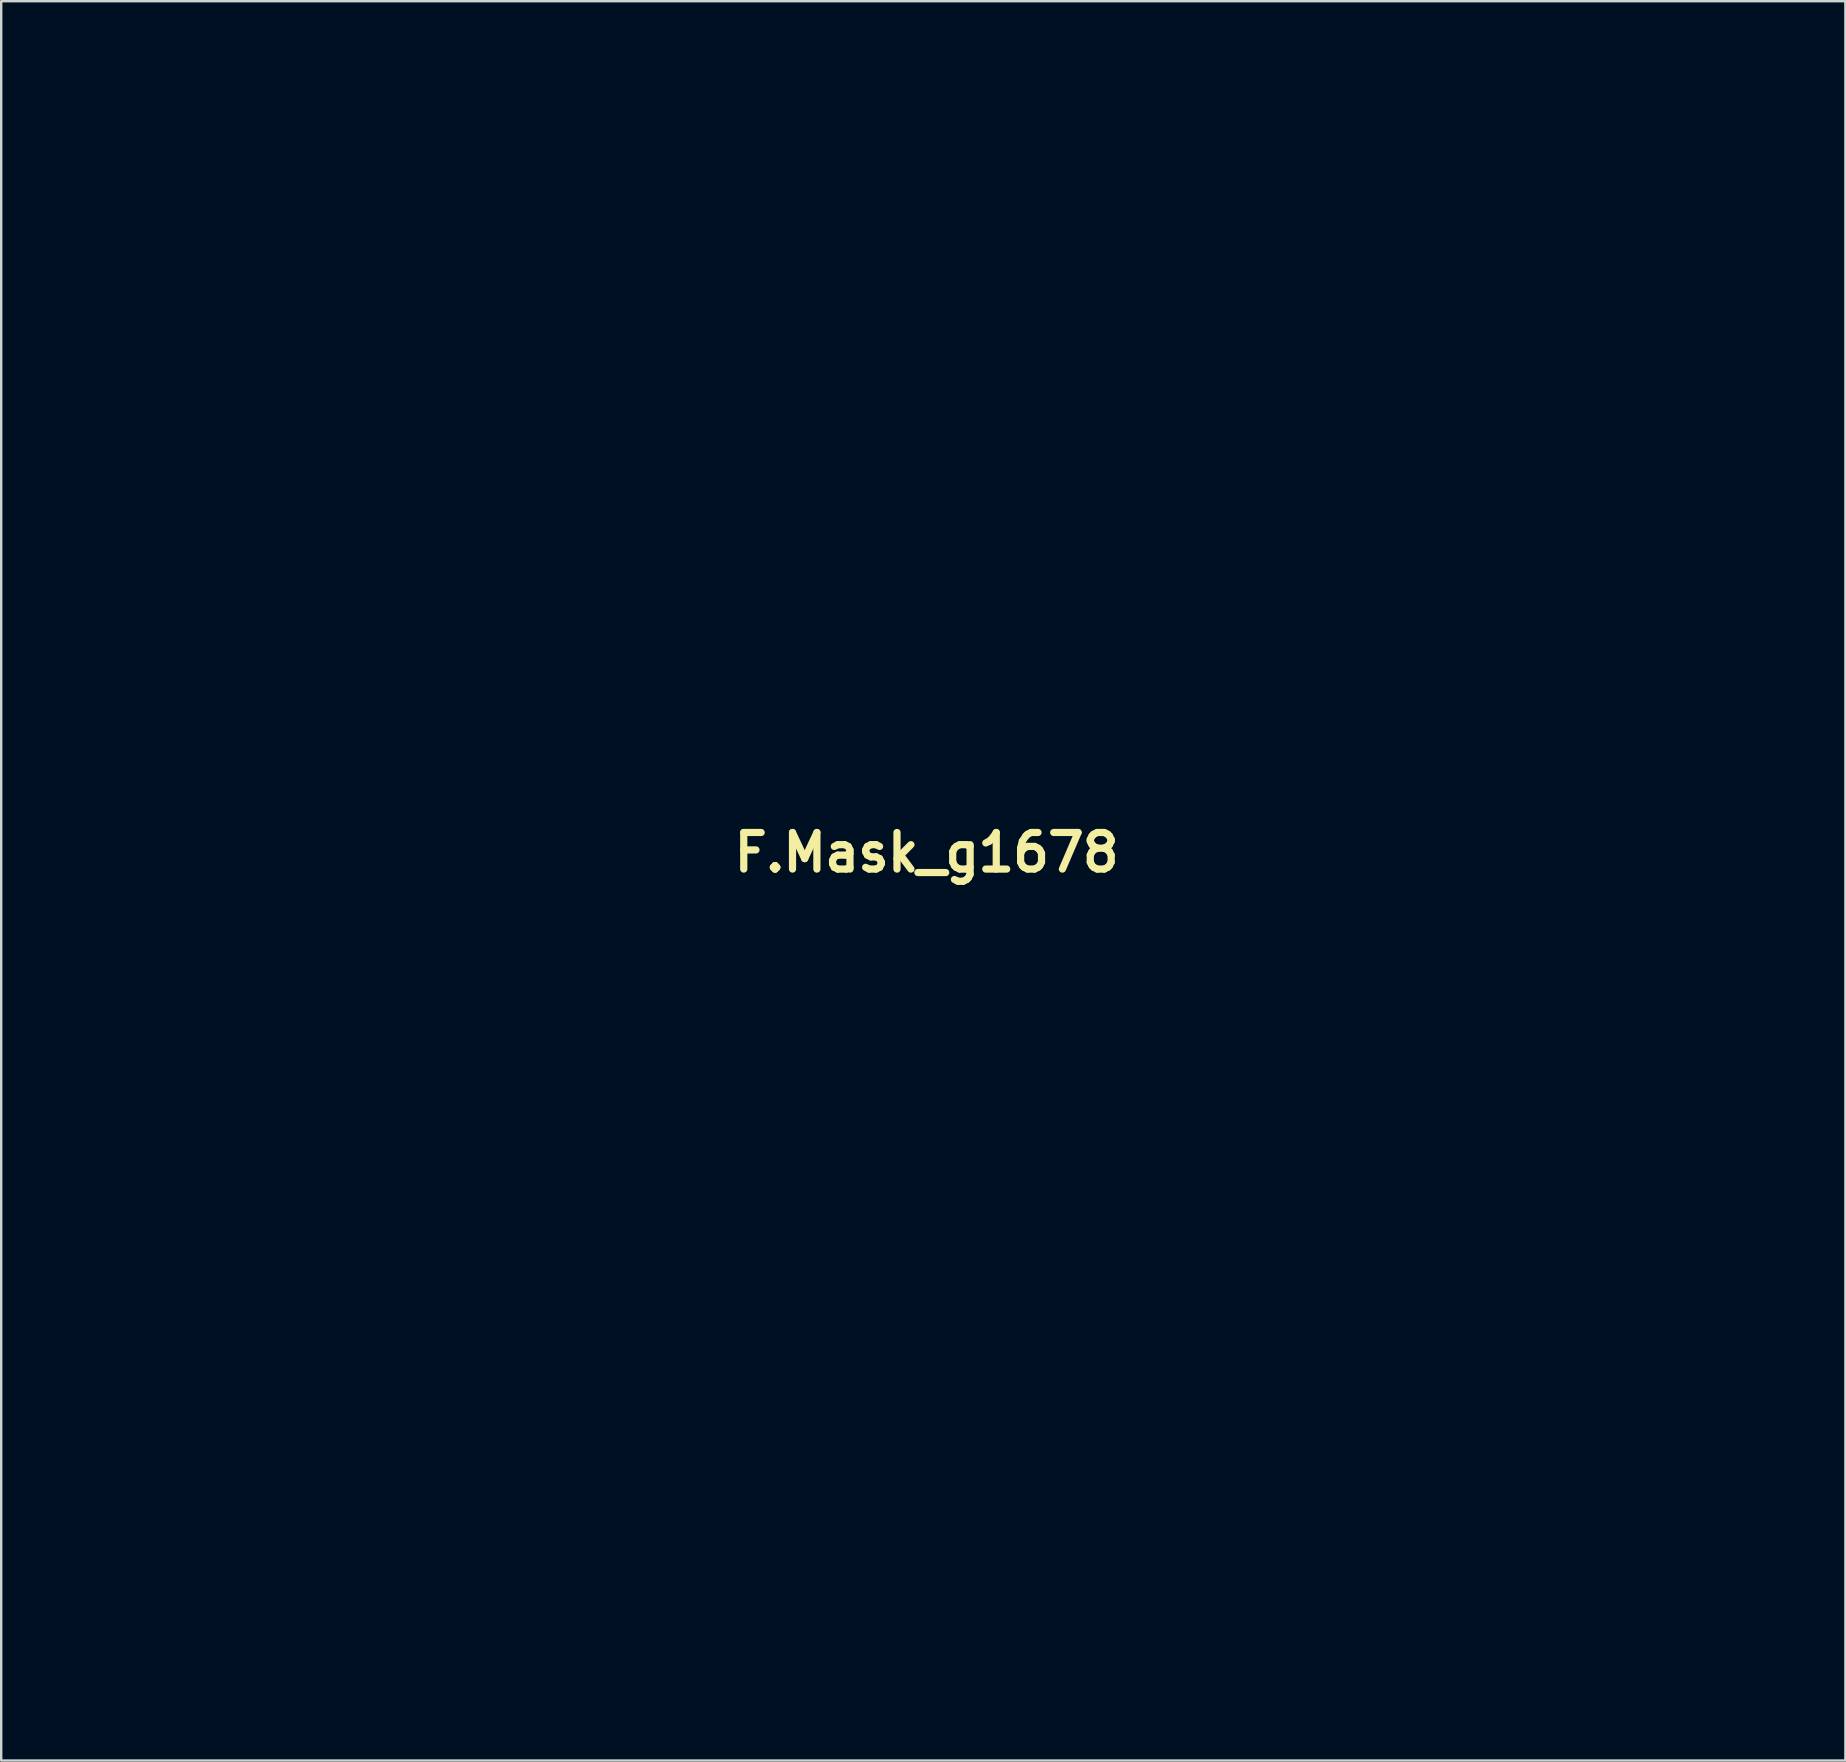
<source format=kicad_pcb>
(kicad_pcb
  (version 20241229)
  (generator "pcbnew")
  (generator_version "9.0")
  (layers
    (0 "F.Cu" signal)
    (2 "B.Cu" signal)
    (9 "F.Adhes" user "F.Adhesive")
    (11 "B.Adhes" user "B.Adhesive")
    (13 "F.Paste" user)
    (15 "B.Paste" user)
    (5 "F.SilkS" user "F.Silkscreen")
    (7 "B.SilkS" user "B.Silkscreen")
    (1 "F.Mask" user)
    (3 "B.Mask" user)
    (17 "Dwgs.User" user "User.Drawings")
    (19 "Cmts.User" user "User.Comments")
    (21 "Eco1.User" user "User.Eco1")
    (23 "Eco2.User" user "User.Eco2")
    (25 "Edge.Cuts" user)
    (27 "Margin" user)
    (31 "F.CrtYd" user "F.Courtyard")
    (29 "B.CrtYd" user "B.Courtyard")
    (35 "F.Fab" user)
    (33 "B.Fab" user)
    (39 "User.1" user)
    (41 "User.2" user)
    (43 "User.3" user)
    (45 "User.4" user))
  (footprint "F.Mask_g1678"
    (layer "F.Cu")
    (at 35.568 32.481)
    (property "Reference" "F.Mask_g1678" (at 0 0 0) (layer "F.SilkS") (effects (font (size 1.524 1.524) (thickness 0.3))))
    (attr through_hole)
    (fp_poly (pts (xy -35.05 -8.516) (xy -35.041 -8.507) (xy -35.012 -8.456) (xy -34.985 -8.367) (xy -34.96 -8.243) (xy -34.939 -8.089) (xy -34.922 -7.909) (xy -34.908 -7.706) (xy -34.9 -7.484) (xy -34.896 -7.248) (xy -34.896 -7.197) (xy -34.897 -6.979) (xy -34.902 -6.797) (xy -34.911 -6.645) (xy -34.924 -6.517) (xy -34.943 -6.406) (xy -34.967 -6.307) (xy -34.998 -6.213) (xy -35 -6.207) (xy -35.059 -6.077) (xy -35.138 -5.94) (xy -35.231 -5.806) (xy -35.329 -5.684) (xy -35.425 -5.586) (xy -35.477 -5.545) (xy -35.521 -5.519) (xy -35.548 -5.522) (xy -35.556 -5.53) (xy -35.563 -5.562) (xy -35.553 -5.624) (xy -35.527 -5.715) (xy -35.486 -5.855) (xy -35.449 -6.014) (xy -35.413 -6.195) (xy -35.379 -6.402) (xy -35.347 -6.638) (xy -35.315 -6.906) (xy -35.283 -7.21) (xy -35.253 -7.535) (xy -35.232 -7.748) (xy -35.211 -7.942) (xy -35.189 -8.114) (xy -35.167 -8.26) (xy -35.146 -8.376) (xy -35.126 -8.458) (xy -35.109 -8.503) (xy -35.105 -8.507) (xy -35.076 -8.528) (xy -35.05 -8.516)) (stroke (width 0.01) (type solid)) (fill yes) (layer "F.Mask"))
    (fp_poly (pts (xy 35.254 7.985) (xy 35.281 8.006) (xy 35.288 8.05) (xy 35.273 8.118) (xy 35.236 8.212) (xy 35.176 8.336) (xy 35.093 8.492) (xy 35.031 8.604) (xy 34.724 9.187) (xy 34.458 9.768) (xy 34.231 10.354) (xy 34.042 10.948) (xy 33.889 11.555) (xy 33.771 12.178) (xy 33.718 12.549) (xy 33.687 12.779) (xy 33.658 12.968) (xy 33.629 13.118) (xy 33.6 13.23) (xy 33.571 13.307) (xy 33.541 13.349) (xy 33.51 13.358) (xy 33.477 13.336) (xy 33.454 13.306) (xy 33.427 13.244) (xy 33.401 13.147) (xy 33.378 13.022) (xy 33.357 12.875) (xy 33.34 12.715) (xy 33.328 12.547) (xy 33.321 12.38) (xy 33.32 12.22) (xy 33.324 12.097) (xy 33.348 11.825) (xy 33.39 11.541) (xy 33.446 11.248) (xy 33.518 10.948) (xy 33.601 10.647) (xy 33.696 10.346) (xy 33.801 10.049) (xy 33.915 9.76) (xy 34.035 9.481) (xy 34.161 9.216) (xy 34.29 8.968) (xy 34.423 8.741) (xy 34.556 8.537) (xy 34.69 8.36) (xy 34.821 8.213) (xy 34.949 8.1) (xy 35.073 8.023) (xy 35.137 7.998) (xy 35.205 7.983) (xy 35.254 7.985)) (stroke (width 0.01) (type solid)) (fill yes) (layer "F.Mask"))
    (fp_poly (pts (xy 6.137 33.837) (xy 6.27 33.838) (xy 6.374 33.841) (xy 6.458 33.846) (xy 6.528 33.853) (xy 6.592 33.863) (xy 6.657 33.877) (xy 6.683 33.883) (xy 6.841 33.927) (xy 6.994 33.981) (xy 7.134 34.041) (xy 7.255 34.104) (xy 7.351 34.166) (xy 7.415 34.226) (xy 7.43 34.248) (xy 7.443 34.275) (xy 7.447 34.296) (xy 7.439 34.312) (xy 7.413 34.324) (xy 7.368 34.331) (xy 7.298 34.334) (xy 7.2 34.334) (xy 7.069 34.331) (xy 6.902 34.326) (xy 6.795 34.322) (xy 6.519 34.316) (xy 6.262 34.319) (xy 6.009 34.333) (xy 5.744 34.357) (xy 5.454 34.394) (xy 5.437 34.396) (xy 5.185 34.435) (xy 4.908 34.483) (xy 4.619 34.539) (xy 4.328 34.6) (xy 4.047 34.663) (xy 3.788 34.727) (xy 3.611 34.775) (xy 3.461 34.814) (xy 3.347 34.835) (xy 3.271 34.839) (xy 3.232 34.825) (xy 3.23 34.823) (xy 3.229 34.793) (xy 3.258 34.751) (xy 3.317 34.697) (xy 3.41 34.629) (xy 3.538 34.545) (xy 3.691 34.45) (xy 4.02 34.269) (xy 4.346 34.122) (xy 4.681 34.008) (xy 4.844 33.963) (xy 5.003 33.924) (xy 5.139 33.894) (xy 5.263 33.871) (xy 5.384 33.856) (xy 5.511 33.845) (xy 5.654 33.839) (xy 5.823 33.837) (xy 5.969 33.836) (xy 6.137 33.837)) (stroke (width 0.01) (type solid)) (fill yes) (layer "F.Mask"))
    (fp_poly (pts (xy -18.592 -32.372) (xy -18.577 -32.198) (xy -18.592 -32.033) (xy -18.639 -31.866) (xy -18.703 -31.722) (xy -18.797 -31.552) (xy -18.913 -31.377) (xy -19.053 -31.193) (xy -19.221 -30.995) (xy -19.411 -30.79) (xy -19.686 -30.515) (xy -19.98 -30.246) (xy -20.289 -29.985) (xy -20.609 -29.735) (xy -20.936 -29.498) (xy -21.266 -29.276) (xy -21.595 -29.073) (xy -21.92 -28.89) (xy -22.237 -28.73) (xy -22.541 -28.596) (xy -22.829 -28.49) (xy -23.097 -28.414) (xy -23.191 -28.394) (xy -23.285 -28.38) (xy -23.393 -28.371) (xy -23.505 -28.366) (xy -23.606 -28.367) (xy -23.684 -28.373) (xy -23.71 -28.378) (xy -23.75 -28.407) (xy -23.763 -28.455) (xy -23.758 -28.475) (xy -23.749 -28.49) (xy -23.729 -28.508) (xy -23.694 -28.531) (xy -23.641 -28.563) (xy -23.565 -28.604) (xy -23.463 -28.657) (xy -23.331 -28.725) (xy -23.177 -28.803) (xy -22.966 -28.913) (xy -22.757 -29.028) (xy -22.546 -29.152) (xy -22.328 -29.287) (xy -22.1 -29.436) (xy -21.857 -29.603) (xy -21.594 -29.789) (xy -21.306 -29.999) (xy -21.071 -30.173) (xy -20.683 -30.467) (xy -20.329 -30.744) (xy -20.007 -31.006) (xy -19.713 -31.255) (xy -19.444 -31.495) (xy -19.199 -31.726) (xy -19.101 -31.823) (xy -18.986 -31.938) (xy -18.898 -32.03) (xy -18.83 -32.103) (xy -18.78 -32.164) (xy -18.741 -32.218) (xy -18.709 -32.271) (xy -18.685 -32.319) (xy -18.609 -32.476) (xy -18.592 -32.372)) (stroke (width 0.01) (type solid)) (fill yes) (layer "F.Mask"))
    (fp_poly (pts (xy -18.404 30.304) (xy -18.182 30.317) (xy -17.929 30.349) (xy -17.652 30.399) (xy -17.357 30.466) (xy -17.051 30.546) (xy -16.741 30.639) (xy -16.431 30.743) (xy -16.13 30.856) (xy -15.842 30.976) (xy -15.632 31.073) (xy -15.417 31.183) (xy -15.194 31.308) (xy -14.964 31.446) (xy -14.731 31.594) (xy -14.497 31.75) (xy -14.266 31.913) (xy -14.039 32.079) (xy -13.821 32.246) (xy -13.613 32.412) (xy -13.419 32.576) (xy -13.241 32.734) (xy -13.083 32.884) (xy -12.946 33.024) (xy -12.835 33.152) (xy -12.751 33.265) (xy -12.698 33.362) (xy -12.679 33.439) (xy -12.679 33.442) (xy -12.689 33.476) (xy -12.722 33.483) (xy -12.78 33.464) (xy -12.867 33.419) (xy -12.886 33.408) (xy -12.95 33.367) (xy -13.038 33.307) (xy -13.141 33.235) (xy -13.246 33.159) (xy -13.287 33.129) (xy -13.729 32.814) (xy -14.204 32.503) (xy -14.707 32.198) (xy -15.227 31.905) (xy -15.758 31.627) (xy -16.292 31.369) (xy -16.821 31.136) (xy -17.195 30.985) (xy -17.389 30.911) (xy -17.562 30.85) (xy -17.728 30.796) (xy -17.9 30.746) (xy -18.091 30.695) (xy -18.235 30.658) (xy -18.411 30.613) (xy -18.55 30.573) (xy -18.654 30.538) (xy -18.729 30.506) (xy -18.778 30.474) (xy -18.805 30.441) (xy -18.813 30.414) (xy -18.808 30.373) (xy -18.781 30.343) (xy -18.727 30.322) (xy -18.642 30.309) (xy -18.522 30.304) (xy -18.404 30.304)) (stroke (width 0.01) (type solid)) (fill yes) (layer "F.Mask"))
    (fp_poly (pts (xy -28.693 4.621) (xy -28.679 4.651) (xy -28.668 4.692) (xy -28.654 4.766) (xy -28.639 4.865) (xy -28.623 4.978) (xy -28.615 5.038) (xy -28.586 5.246) (xy -28.556 5.42) (xy -28.522 5.567) (xy -28.482 5.696) (xy -28.435 5.815) (xy -28.406 5.877) (xy -28.297 6.051) (xy -28.154 6.202) (xy -27.98 6.327) (xy -27.777 6.424) (xy -27.606 6.478) (xy -27.495 6.501) (xy -27.375 6.514) (xy -27.239 6.517) (xy -27.079 6.51) (xy -26.887 6.494) (xy -26.827 6.487) (xy -26.718 6.476) (xy -26.624 6.468) (xy -26.552 6.464) (xy -26.512 6.464) (xy -26.507 6.465) (xy -26.48 6.49) (xy -26.488 6.527) (xy -26.525 6.572) (xy -26.587 6.624) (xy -26.668 6.678) (xy -26.764 6.731) (xy -26.869 6.781) (xy -26.979 6.824) (xy -27.089 6.857) (xy -27.143 6.869) (xy -27.221 6.88) (xy -27.325 6.888) (xy -27.446 6.894) (xy -27.572 6.898) (xy -27.693 6.898) (xy -27.799 6.896) (xy -27.879 6.891) (xy -27.908 6.886) (xy -28.056 6.844) (xy -28.205 6.787) (xy -28.344 6.72) (xy -28.464 6.647) (xy -28.554 6.574) (xy -28.568 6.559) (xy -28.666 6.424) (xy -28.752 6.254) (xy -28.825 6.055) (xy -28.881 5.835) (xy -28.92 5.598) (xy -28.939 5.352) (xy -28.941 5.26) (xy -28.937 5.056) (xy -28.922 4.89) (xy -28.896 4.762) (xy -28.858 4.669) (xy -28.829 4.629) (xy -28.776 4.585) (xy -28.73 4.582) (xy -28.693 4.621)) (stroke (width 0.01) (type solid)) (fill yes) (layer "F.Mask"))
    (fp_poly (pts (xy -0.94 20.628) (xy -0.907 20.651) (xy -0.859 20.706) (xy -0.821 20.781) (xy -0.789 20.883) (xy -0.772 20.956) (xy -0.74 21.068) (xy -0.697 21.166) (xy -0.679 21.196) (xy -0.584 21.311) (xy -0.455 21.433) (xy -0.299 21.558) (xy -0.12 21.681) (xy 0.073 21.797) (xy 0.182 21.855) (xy 0.443 21.971) (xy 0.696 22.046) (xy 0.941 22.081) (xy 1.183 22.075) (xy 1.422 22.028) (xy 1.662 21.941) (xy 1.746 21.902) (xy 1.936 21.794) (xy 2.114 21.666) (xy 2.284 21.513) (xy 2.454 21.328) (xy 2.624 21.113) (xy 2.736 20.967) (xy 2.829 20.857) (xy 2.904 20.779) (xy 2.963 20.734) (xy 3.009 20.719) (xy 3.044 20.734) (xy 3.069 20.776) (xy 3.07 20.776) (xy 3.09 20.88) (xy 3.084 21.009) (xy 3.054 21.157) (xy 3.002 21.319) (xy 2.932 21.487) (xy 2.844 21.656) (xy 2.743 21.819) (xy 2.628 21.971) (xy 2.602 22.003) (xy 2.4 22.209) (xy 2.176 22.391) (xy 1.936 22.543) (xy 1.685 22.663) (xy 1.432 22.746) (xy 1.338 22.767) (xy 1.193 22.786) (xy 1.029 22.795) (xy 0.859 22.793) (xy 0.697 22.782) (xy 0.56 22.76) (xy 0.529 22.753) (xy 0.393 22.708) (xy 0.239 22.644) (xy 0.081 22.566) (xy -0.067 22.481) (xy -0.191 22.397) (xy -0.192 22.396) (xy -0.41 22.207) (xy -0.6 21.993) (xy -0.758 21.76) (xy -0.881 21.512) (xy -0.968 21.254) (xy -1.015 20.996) (xy -1.025 20.849) (xy -1.023 20.738) (xy -1.007 20.663) (xy -0.979 20.626) (xy -0.94 20.628)) (stroke (width 0.01) (type solid)) (fill yes) (layer "F.Mask"))
    (fp_poly (pts (xy 20.803 -31.167) (xy 20.843 -31.15) (xy 20.898 -31.12) (xy 20.969 -31.075) (xy 21.057 -31.015) (xy 21.165 -30.939) (xy 21.294 -30.844) (xy 21.446 -30.731) (xy 21.623 -30.596) (xy 21.826 -30.44) (xy 22.058 -30.262) (xy 22.32 -30.059) (xy 22.51 -29.911) (xy 22.921 -29.592) (xy 23.299 -29.299) (xy 23.649 -29.029) (xy 23.971 -28.781) (xy 24.267 -28.554) (xy 24.539 -28.347) (xy 24.789 -28.157) (xy 25.018 -27.985) (xy 25.229 -27.828) (xy 25.424 -27.685) (xy 25.604 -27.554) (xy 25.771 -27.435) (xy 25.927 -27.326) (xy 26.073 -27.225) (xy 26.213 -27.132) (xy 26.346 -27.044) (xy 26.476 -26.961) (xy 26.554 -26.913) (xy 26.697 -26.823) (xy 26.806 -26.751) (xy 26.885 -26.695) (xy 26.936 -26.654) (xy 26.961 -26.624) (xy 26.966 -26.61) (xy 26.948 -26.575) (xy 26.906 -26.551) (xy 26.872 -26.545) (xy 26.827 -26.55) (xy 26.759 -26.56) (xy 26.714 -26.567) (xy 26.578 -26.597) (xy 26.412 -26.648) (xy 26.221 -26.715) (xy 26.012 -26.797) (xy 25.791 -26.891) (xy 25.563 -26.995) (xy 25.335 -27.106) (xy 25.112 -27.221) (xy 24.901 -27.338) (xy 24.491 -27.587) (xy 24.076 -27.861) (xy 23.663 -28.157) (xy 23.255 -28.471) (xy 22.856 -28.798) (xy 22.473 -29.135) (xy 22.109 -29.477) (xy 21.769 -29.821) (xy 21.458 -30.162) (xy 21.181 -30.497) (xy 21.064 -30.649) (xy 20.96 -30.791) (xy 20.874 -30.912) (xy 20.808 -31.01) (xy 20.764 -31.082) (xy 20.744 -31.124) (xy 20.743 -31.13) (xy 20.746 -31.153) (xy 20.756 -31.167) (xy 20.774 -31.172) (xy 20.803 -31.167)) (stroke (width 0.01) (type solid)) (fill yes) (layer "F.Mask"))
    (fp_poly (pts (xy 24.04 -12.59) (xy 24.5 -12.582) (xy 24.686 -12.505) (xy 24.92 -12.39) (xy 25.138 -12.246) (xy 25.341 -12.07) (xy 25.531 -11.861) (xy 25.708 -11.619) (xy 25.873 -11.341) (xy 26.026 -11.026) (xy 26.17 -10.674) (xy 26.305 -10.282) (xy 26.384 -10.019) (xy 26.467 -9.714) (xy 26.541 -9.409) (xy 26.605 -9.11) (xy 26.659 -8.823) (xy 26.701 -8.552) (xy 26.73 -8.302) (xy 26.746 -8.08) (xy 26.748 -7.889) (xy 26.744 -7.811) (xy 26.723 -7.632) (xy 26.69 -7.462) (xy 26.649 -7.314) (xy 26.612 -7.221) (xy 26.542 -7.106) (xy 26.44 -6.983) (xy 26.311 -6.855) (xy 26.164 -6.729) (xy 26.004 -6.61) (xy 25.838 -6.503) (xy 25.675 -6.414) (xy 25.519 -6.347) (xy 25.432 -6.319) (xy 25.314 -6.299) (xy 25.171 -6.289) (xy 25.017 -6.291) (xy 24.868 -6.303) (xy 24.738 -6.325) (xy 24.733 -6.326) (xy 24.444 -6.418) (xy 24.159 -6.545) (xy 23.885 -6.703) (xy 23.631 -6.886) (xy 23.405 -7.091) (xy 23.316 -7.188) (xy 23.173 -7.363) (xy 23.046 -7.544) (xy 22.934 -7.735) (xy 22.834 -7.942) (xy 22.745 -8.169) (xy 22.664 -8.421) (xy 22.59 -8.703) (xy 22.521 -9.02) (xy 22.481 -9.223) (xy 22.413 -9.609) (xy 22.36 -9.96) (xy 22.32 -10.282) (xy 22.295 -10.578) (xy 22.282 -10.853) (xy 22.281 -10.954) (xy 22.281 -11.096) (xy 22.287 -11.212) (xy 22.299 -11.313) (xy 22.322 -11.408) (xy 22.357 -11.508) (xy 22.407 -11.622) (xy 22.475 -11.76) (xy 22.495 -11.8) (xy 22.601 -11.991) (xy 22.71 -12.146) (xy 22.826 -12.272) (xy 22.957 -12.374) (xy 23.107 -12.46) (xy 23.114 -12.463) (xy 23.205 -12.504) (xy 23.292 -12.536) (xy 23.381 -12.56) (xy 23.479 -12.577) (xy 23.593 -12.587) (xy 23.73 -12.592) (xy 23.898 -12.592) (xy 24.04 -12.59)) (stroke (width 0.01) (type solid)) (fill yes) (layer "F.Mask"))
    (fp_poly (pts (xy 14.973 -25.165) (xy 15.118 -25.156) (xy 15.244 -25.14) (xy 15.277 -25.134) (xy 15.545 -25.059) (xy 15.822 -24.944) (xy 16.111 -24.788) (xy 16.41 -24.591) (xy 16.72 -24.354) (xy 17.04 -24.075) (xy 17.371 -23.756) (xy 17.713 -23.396) (xy 17.764 -23.34) (xy 18.017 -23.05) (xy 18.235 -22.78) (xy 18.419 -22.53) (xy 18.569 -22.296) (xy 18.687 -22.078) (xy 18.773 -21.875) (xy 18.828 -21.684) (xy 18.853 -21.504) (xy 18.854 -21.495) (xy 18.848 -21.31) (xy 18.812 -21.115) (xy 18.743 -20.905) (xy 18.642 -20.677) (xy 18.537 -20.482) (xy 18.411 -20.288) (xy 18.27 -20.126) (xy 18.11 -19.995) (xy 17.927 -19.891) (xy 17.716 -19.811) (xy 17.472 -19.752) (xy 17.392 -19.738) (xy 17.257 -19.722) (xy 17.096 -19.712) (xy 16.922 -19.709) (xy 16.749 -19.713) (xy 16.592 -19.722) (xy 16.468 -19.737) (xy 16.127 -19.816) (xy 15.801 -19.935) (xy 15.49 -20.091) (xy 15.2 -20.284) (xy 15.137 -20.333) (xy 14.995 -20.457) (xy 14.834 -20.611) (xy 14.661 -20.792) (xy 14.479 -20.994) (xy 14.291 -21.211) (xy 14.104 -21.439) (xy 13.92 -21.672) (xy 13.743 -21.906) (xy 13.579 -22.135) (xy 13.431 -22.354) (xy 13.304 -22.558) (xy 13.276 -22.606) (xy 13.201 -22.74) (xy 13.145 -22.854) (xy 13.104 -22.959) (xy 13.077 -23.065) (xy 13.06 -23.184) (xy 13.049 -23.327) (xy 13.044 -23.453) (xy 13.041 -23.629) (xy 13.043 -23.772) (xy 13.051 -23.879) (xy 13.058 -23.92) (xy 13.107 -24.079) (xy 13.185 -24.245) (xy 13.284 -24.402) (xy 13.396 -24.538) (xy 13.458 -24.598) (xy 13.537 -24.657) (xy 13.643 -24.728) (xy 13.769 -24.804) (xy 13.907 -24.883) (xy 14.048 -24.958) (xy 14.183 -25.026) (xy 14.304 -25.082) (xy 14.404 -25.121) (xy 14.445 -25.134) (xy 14.545 -25.152) (xy 14.674 -25.163) (xy 14.821 -25.167) (xy 14.973 -25.165)) (stroke (width 0.01) (type solid)) (fill yes) (layer "F.Mask"))
    (fp_poly (pts (xy 30.964 -2.357) (xy 31.04 -2.305) (xy 31.145 -2.225) (xy 31.192 -2.187) (xy 31.342 -2.061) (xy 31.461 -1.946) (xy 31.555 -1.835) (xy 31.632 -1.72) (xy 31.682 -1.626) (xy 31.803 -1.343) (xy 31.884 -1.061) (xy 31.928 -0.77) (xy 31.937 -0.463) (xy 31.937 -0.454) (xy 31.933 -0.341) (xy 31.928 -0.258) (xy 31.92 -0.195) (xy 31.905 -0.141) (xy 31.882 -0.083) (xy 31.849 -0.012) (xy 31.843 0.001) (xy 31.757 0.157) (xy 31.651 0.317) (xy 31.53 0.475) (xy 31.402 0.622) (xy 31.272 0.752) (xy 31.146 0.857) (xy 31.039 0.926) (xy 30.961 0.964) (xy 30.885 0.995) (xy 30.805 1.019) (xy 30.714 1.037) (xy 30.607 1.05) (xy 30.476 1.059) (xy 30.316 1.065) (xy 30.12 1.069) (xy 29.971 1.071) (xy 29.83 1.071) (xy 29.706 1.069) (xy 29.605 1.066) (xy 29.535 1.062) (xy 29.51 1.058) (xy 29.411 1.028) (xy 29.327 0.984) (xy 29.271 0.933) (xy 29.265 0.925) (xy 29.256 0.889) (xy 29.274 0.855) (xy 29.323 0.823) (xy 29.404 0.791) (xy 29.521 0.759) (xy 29.675 0.726) (xy 29.868 0.69) (xy 29.869 0.69) (xy 30.075 0.65) (xy 30.247 0.607) (xy 30.392 0.556) (xy 30.519 0.496) (xy 30.634 0.422) (xy 30.745 0.332) (xy 30.775 0.305) (xy 30.903 0.173) (xy 31.028 0.017) (xy 31.145 -0.151) (xy 31.245 -0.321) (xy 31.322 -0.482) (xy 31.347 -0.547) (xy 31.37 -0.629) (xy 31.384 -0.715) (xy 31.391 -0.82) (xy 31.392 -0.91) (xy 31.389 -1.029) (xy 31.38 -1.139) (xy 31.362 -1.245) (xy 31.334 -1.354) (xy 31.292 -1.472) (xy 31.236 -1.606) (xy 31.163 -1.762) (xy 31.071 -1.946) (xy 31.041 -2.004) (xy 30.969 -2.147) (xy 30.92 -2.255) (xy 30.893 -2.329) (xy 30.891 -2.37) (xy 30.915 -2.379) (xy 30.964 -2.357)) (stroke (width 0.01) (type solid)) (fill yes) (layer "F.Mask"))
    (fp_poly (pts (xy -11.314 -28.018) (xy -11.137 -28.01) (xy -10.993 -27.996) (xy -10.874 -27.976) (xy -10.769 -27.947) (xy -10.67 -27.907) (xy -10.599 -27.872) (xy -10.492 -27.8) (xy -10.374 -27.696) (xy -10.251 -27.567) (xy -10.129 -27.419) (xy -10.014 -27.259) (xy -9.91 -27.093) (xy -9.847 -26.976) (xy -9.765 -26.778) (xy -9.717 -26.578) (xy -9.704 -26.372) (xy -9.725 -26.156) (xy -9.781 -25.926) (xy -9.872 -25.678) (xy -9.935 -25.537) (xy -10.102 -25.233) (xy -10.302 -24.955) (xy -10.534 -24.704) (xy -10.798 -24.481) (xy -10.954 -24.372) (xy -11.078 -24.294) (xy -11.185 -24.233) (xy -11.292 -24.18) (xy -11.415 -24.128) (xy -11.492 -24.098) (xy -11.663 -24.038) (xy -11.862 -23.98) (xy -12.085 -23.924) (xy -12.326 -23.871) (xy -12.581 -23.821) (xy -12.845 -23.776) (xy -13.112 -23.735) (xy -13.378 -23.699) (xy -13.638 -23.669) (xy -13.887 -23.646) (xy -14.12 -23.631) (xy -14.332 -23.623) (xy -14.518 -23.624) (xy -14.673 -23.634) (xy -14.792 -23.655) (xy -14.796 -23.656) (xy -14.869 -23.679) (xy -14.964 -23.716) (xy -15.062 -23.758) (xy -15.092 -23.772) (xy -15.307 -23.883) (xy -15.485 -23.995) (xy -15.63 -24.113) (xy -15.747 -24.239) (xy -15.841 -24.379) (xy -15.879 -24.45) (xy -15.92 -24.537) (xy -15.952 -24.611) (xy -15.975 -24.68) (xy -15.992 -24.751) (xy -16.002 -24.832) (xy -16.008 -24.931) (xy -16.011 -25.054) (xy -16.011 -25.21) (xy -16.011 -25.273) (xy -16.009 -25.453) (xy -16.005 -25.598) (xy -15.997 -25.716) (xy -15.984 -25.814) (xy -15.965 -25.9) (xy -15.937 -25.981) (xy -15.9 -26.065) (xy -15.853 -26.159) (xy -15.843 -26.178) (xy -15.715 -26.39) (xy -15.561 -26.587) (xy -15.38 -26.769) (xy -15.17 -26.939) (xy -14.929 -27.098) (xy -14.655 -27.245) (xy -14.346 -27.383) (xy -14.001 -27.513) (xy -13.617 -27.636) (xy -13.25 -27.737) (xy -12.802 -27.845) (xy -12.386 -27.928) (xy -12.002 -27.984) (xy -11.65 -28.014) (xy -11.331 -28.019) (xy -11.314 -28.018)) (stroke (width 0.01) (type solid)) (fill yes) (layer "F.Mask"))
    (fp_poly (pts (xy 20.808 12.464) (xy 20.861 12.517) (xy 20.922 12.608) (xy 20.993 12.738) (xy 21.031 12.816) (xy 21.156 13.102) (xy 21.249 13.373) (xy 21.311 13.636) (xy 21.345 13.901) (xy 21.352 14.176) (xy 21.35 14.235) (xy 21.334 14.454) (xy 21.301 14.652) (xy 21.246 14.839) (xy 21.168 15.024) (xy 21.061 15.218) (xy 20.964 15.372) (xy 20.767 15.63) (xy 20.543 15.857) (xy 20.295 16.05) (xy 20.024 16.209) (xy 19.733 16.333) (xy 19.423 16.42) (xy 19.099 16.468) (xy 18.997 16.475) (xy 18.903 16.479) (xy 18.819 16.479) (xy 18.757 16.477) (xy 18.743 16.476) (xy 18.527 16.439) (xy 18.324 16.389) (xy 18.129 16.324) (xy 17.937 16.24) (xy 17.742 16.135) (xy 17.539 16.007) (xy 17.323 15.851) (xy 17.087 15.667) (xy 16.999 15.595) (xy 16.885 15.5) (xy 16.802 15.428) (xy 16.746 15.374) (xy 16.713 15.336) (xy 16.701 15.31) (xy 16.705 15.292) (xy 16.707 15.29) (xy 16.718 15.286) (xy 16.742 15.289) (xy 16.783 15.299) (xy 16.843 15.317) (xy 16.928 15.344) (xy 17.04 15.382) (xy 17.184 15.431) (xy 17.363 15.493) (xy 17.42 15.513) (xy 17.629 15.583) (xy 17.811 15.636) (xy 17.978 15.674) (xy 18.14 15.7) (xy 18.308 15.716) (xy 18.385 15.72) (xy 18.697 15.717) (xy 18.991 15.678) (xy 19.272 15.6) (xy 19.544 15.483) (xy 19.811 15.325) (xy 19.845 15.301) (xy 19.964 15.209) (xy 20.093 15.092) (xy 20.221 14.962) (xy 20.336 14.83) (xy 20.423 14.715) (xy 20.556 14.491) (xy 20.667 14.246) (xy 20.751 13.993) (xy 20.805 13.743) (xy 20.821 13.6) (xy 20.824 13.523) (xy 20.823 13.445) (xy 20.818 13.359) (xy 20.806 13.256) (xy 20.788 13.126) (xy 20.765 12.98) (xy 20.74 12.814) (xy 20.722 12.685) (xy 20.713 12.589) (xy 20.712 12.521) (xy 20.719 12.478) (xy 20.735 12.454) (xy 20.758 12.446) (xy 20.763 12.446) (xy 20.808 12.464)) (stroke (width 0.01) (type solid)) (fill yes) (layer "F.Mask"))
    (fp_poly (pts (xy -24.149 -6.704) (xy -23.996 -6.671) (xy -23.829 -6.599) (xy -23.65 -6.49) (xy -23.46 -6.343) (xy -23.261 -6.161) (xy -23.26 -6.16) (xy -23.078 -5.969) (xy -22.926 -5.784) (xy -22.795 -5.594) (xy -22.678 -5.386) (xy -22.647 -5.326) (xy -22.595 -5.218) (xy -22.554 -5.123) (xy -22.521 -5.035) (xy -22.497 -4.945) (xy -22.48 -4.849) (xy -22.469 -4.737) (xy -22.462 -4.605) (xy -22.459 -4.444) (xy -22.458 -4.248) (xy -22.458 -4.231) (xy -22.46 -3.946) (xy -22.466 -3.695) (xy -22.477 -3.471) (xy -22.494 -3.266) (xy -22.516 -3.072) (xy -22.545 -2.881) (xy -22.574 -2.72) (xy -22.612 -2.539) (xy -22.657 -2.345) (xy -22.707 -2.144) (xy -22.759 -1.944) (xy -22.812 -1.753) (xy -22.864 -1.578) (xy -22.913 -1.426) (xy -22.957 -1.304) (xy -22.977 -1.256) (xy -23.043 -1.132) (xy -23.135 -0.996) (xy -23.246 -0.856) (xy -23.368 -0.72) (xy -23.495 -0.594) (xy -23.621 -0.486) (xy -23.738 -0.402) (xy -23.815 -0.361) (xy -23.926 -0.325) (xy -24.069 -0.299) (xy -24.233 -0.284) (xy -24.41 -0.282) (xy -24.564 -0.289) (xy -24.734 -0.31) (xy -24.902 -0.342) (xy -25.05 -0.381) (xy -25.056 -0.383) (xy -25.203 -0.447) (xy -25.361 -0.543) (xy -25.524 -0.665) (xy -25.684 -0.806) (xy -25.837 -0.962) (xy -25.974 -1.124) (xy -26.089 -1.289) (xy -26.157 -1.408) (xy -26.203 -1.516) (xy -26.25 -1.655) (xy -26.295 -1.815) (xy -26.334 -1.986) (xy -26.355 -2.095) (xy -26.387 -2.329) (xy -26.405 -2.596) (xy -26.411 -2.887) (xy -26.406 -3.198) (xy -26.39 -3.52) (xy -26.363 -3.849) (xy -26.327 -4.176) (xy -26.282 -4.496) (xy -26.228 -4.802) (xy -26.167 -5.087) (xy -26.099 -5.345) (xy -26.025 -5.569) (xy -26.006 -5.617) (xy -25.892 -5.856) (xy -25.754 -6.067) (xy -25.596 -6.247) (xy -25.42 -6.394) (xy -25.266 -6.485) (xy -25.122 -6.545) (xy -24.951 -6.599) (xy -24.763 -6.645) (xy -24.572 -6.68) (xy -24.389 -6.701) (xy -24.225 -6.708) (xy -24.149 -6.704)) (stroke (width 0.01) (type solid)) (fill yes) (layer "F.Mask"))
    (fp_poly (pts (xy 0.45 11.042) (xy 0.631 11.048) (xy 0.796 11.058) (xy 0.878 11.066) (xy 1.115 11.096) (xy 1.363 11.134) (xy 1.619 11.178) (xy 1.879 11.229) (xy 2.136 11.283) (xy 2.387 11.341) (xy 2.626 11.401) (xy 2.849 11.461) (xy 3.052 11.522) (xy 3.228 11.581) (xy 3.374 11.637) (xy 3.485 11.69) (xy 3.519 11.71) (xy 3.606 11.775) (xy 3.711 11.864) (xy 3.824 11.971) (xy 3.938 12.085) (xy 4.044 12.2) (xy 4.133 12.306) (xy 4.197 12.393) (xy 4.264 12.507) (xy 4.312 12.616) (xy 4.344 12.731) (xy 4.364 12.865) (xy 4.375 13.028) (xy 4.367 13.319) (xy 4.318 13.601) (xy 4.228 13.875) (xy 4.096 14.142) (xy 4.051 14.216) (xy 3.887 14.448) (xy 3.702 14.648) (xy 3.495 14.819) (xy 3.261 14.963) (xy 3 15.081) (xy 2.707 15.175) (xy 2.394 15.244) (xy 2.315 15.257) (xy 2.237 15.267) (xy 2.152 15.276) (xy 2.055 15.282) (xy 1.94 15.287) (xy 1.799 15.29) (xy 1.626 15.293) (xy 1.492 15.294) (xy 1.205 15.296) (xy 0.957 15.293) (xy 0.747 15.286) (xy 0.571 15.276) (xy 0.519 15.271) (xy 0.063 15.222) (xy -0.352 15.162) (xy -0.726 15.091) (xy -1.059 15.01) (xy -1.352 14.918) (xy -1.605 14.816) (xy -1.818 14.703) (xy -1.99 14.579) (xy -2.123 14.444) (xy -2.141 14.422) (xy -2.23 14.283) (xy -2.314 14.112) (xy -2.39 13.921) (xy -2.455 13.721) (xy -2.505 13.523) (xy -2.535 13.337) (xy -2.544 13.195) (xy -2.539 13.099) (xy -2.525 12.988) (xy -2.505 12.871) (xy -2.481 12.757) (xy -2.454 12.654) (xy -2.427 12.572) (xy -2.401 12.52) (xy -2.392 12.509) (xy -2.375 12.486) (xy -2.345 12.439) (xy -2.324 12.404) (xy -2.239 12.276) (xy -2.125 12.134) (xy -1.99 11.986) (xy -1.842 11.839) (xy -1.688 11.701) (xy -1.537 11.581) (xy -1.465 11.53) (xy -1.227 11.388) (xy -0.964 11.263) (xy -0.691 11.162) (xy -0.421 11.09) (xy -0.359 11.078) (xy -0.243 11.062) (xy -0.094 11.051) (xy 0.078 11.044) (xy 0.262 11.041) (xy 0.45 11.042)) (stroke (width 0.01) (type solid)) (fill yes) (layer "F.Mask"))
    (fp_poly (pts (xy -17.241 13.249) (xy -17.219 13.31) (xy -17.209 13.41) (xy -17.211 13.551) (xy -17.226 13.73) (xy -17.24 13.854) (xy -17.276 14.226) (xy -17.284 14.569) (xy -17.265 14.887) (xy -17.216 15.185) (xy -17.137 15.468) (xy -17.028 15.74) (xy -16.886 16.005) (xy -16.711 16.269) (xy -16.705 16.277) (xy -16.625 16.377) (xy -16.521 16.494) (xy -16.399 16.621) (xy -16.269 16.75) (xy -16.139 16.871) (xy -16.018 16.977) (xy -15.913 17.059) (xy -15.904 17.066) (xy -15.599 17.26) (xy -15.289 17.412) (xy -14.972 17.522) (xy -14.647 17.592) (xy -14.312 17.621) (xy -13.985 17.611) (xy -13.655 17.566) (xy -13.33 17.486) (xy -13.007 17.369) (xy -12.68 17.215) (xy -12.531 17.132) (xy -12.356 17.033) (xy -12.215 16.952) (xy -12.103 16.889) (xy -12.016 16.842) (xy -11.952 16.808) (xy -11.905 16.785) (xy -11.873 16.772) (xy -11.852 16.767) (xy -11.839 16.768) (xy -11.806 16.793) (xy -11.795 16.848) (xy -11.806 16.926) (xy -11.838 17.021) (xy -11.841 17.026) (xy -11.919 17.166) (xy -12.031 17.317) (xy -12.173 17.474) (xy -12.34 17.635) (xy -12.525 17.795) (xy -12.725 17.95) (xy -12.934 18.097) (xy -13.147 18.231) (xy -13.359 18.348) (xy -13.565 18.445) (xy -13.759 18.517) (xy -13.813 18.533) (xy -13.884 18.547) (xy -13.989 18.558) (xy -14.122 18.567) (xy -14.274 18.573) (xy -14.437 18.577) (xy -14.605 18.579) (xy -14.768 18.578) (xy -14.921 18.574) (xy -15.054 18.568) (xy -15.16 18.559) (xy -15.208 18.551) (xy -15.519 18.482) (xy -15.806 18.392) (xy -16.074 18.278) (xy -16.331 18.138) (xy -16.582 17.967) (xy -16.832 17.762) (xy -17.089 17.52) (xy -17.103 17.506) (xy -17.351 17.233) (xy -17.559 16.951) (xy -17.726 16.66) (xy -17.853 16.358) (xy -17.939 16.045) (xy -17.986 15.72) (xy -17.994 15.38) (xy -17.962 15.027) (xy -17.892 14.657) (xy -17.835 14.443) (xy -17.783 14.272) (xy -17.723 14.1) (xy -17.66 13.931) (xy -17.594 13.77) (xy -17.528 13.621) (xy -17.464 13.489) (xy -17.404 13.38) (xy -17.351 13.297) (xy -17.306 13.245) (xy -17.275 13.229) (xy -17.241 13.249)) (stroke (width 0.01) (type solid)) (fill yes) (layer "F.Mask"))
    (fp_poly (pts (xy -29.778 14.399) (xy -29.613 14.417) (xy -29.459 14.451) (xy -29.312 14.501) (xy -29.171 14.57) (xy -29.033 14.66) (xy -28.896 14.774) (xy -28.756 14.913) (xy -28.611 15.08) (xy -28.459 15.277) (xy -28.297 15.505) (xy -28.123 15.767) (xy -27.934 16.065) (xy -27.907 16.108) (xy -27.463 16.806) (xy -27.005 17.487) (xy -26.529 18.156) (xy -26.034 18.817) (xy -25.515 19.473) (xy -24.969 20.129) (xy -24.393 20.79) (xy -23.784 21.458) (xy -23.26 22.013) (xy -22.881 22.403) (xy -22.517 22.767) (xy -22.158 23.114) (xy -21.794 23.454) (xy -21.416 23.795) (xy -21.014 24.146) (xy -20.915 24.231) (xy -20.77 24.357) (xy -20.624 24.483) (xy -20.485 24.606) (xy -20.356 24.721) (xy -20.245 24.821) (xy -20.157 24.902) (xy -20.114 24.942) (xy -19.828 25.241) (xy -19.574 25.557) (xy -19.354 25.886) (xy -19.169 26.224) (xy -19.022 26.568) (xy -18.915 26.915) (xy -18.912 26.929) (xy -18.873 27.111) (xy -18.84 27.306) (xy -18.815 27.499) (xy -18.8 27.676) (xy -18.796 27.793) (xy -18.797 27.877) (xy -18.801 27.927) (xy -18.811 27.952) (xy -18.828 27.961) (xy -18.838 27.961) (xy -18.882 27.944) (xy -18.899 27.924) (xy -18.911 27.893) (xy -18.934 27.828) (xy -18.964 27.737) (xy -19 27.627) (xy -19.039 27.506) (xy -19.182 27.085) (xy -19.332 26.701) (xy -19.491 26.348) (xy -19.664 26.021) (xy -19.851 25.714) (xy -20.056 25.423) (xy -20.057 25.422) (xy -20.17 25.279) (xy -20.276 25.162) (xy -20.385 25.062) (xy -20.509 24.967) (xy -20.595 24.909) (xy -20.732 24.813) (xy -20.895 24.688) (xy -21.081 24.538) (xy -21.288 24.363) (xy -21.514 24.168) (xy -21.755 23.954) (xy -22.009 23.724) (xy -22.273 23.481) (xy -22.544 23.226) (xy -22.821 22.963) (xy -23.1 22.694) (xy -23.378 22.421) (xy -23.654 22.148) (xy -23.923 21.875) (xy -24.185 21.607) (xy -24.436 21.345) (xy -24.673 21.091) (xy -24.884 20.86) (xy -25.368 20.308) (xy -25.83 19.752) (xy -26.273 19.184) (xy -26.702 18.599) (xy -27.121 17.992) (xy -27.535 17.357) (xy -27.946 16.688) (xy -28.151 16.341) (xy -28.309 16.073) (xy -28.45 15.839) (xy -28.574 15.638) (xy -28.685 15.465) (xy -28.783 15.319) (xy -28.872 15.197) (xy -28.952 15.095) (xy -29.026 15.011) (xy -29.076 14.961) (xy -29.157 14.898) (xy -29.279 14.829) (xy -29.44 14.753) (xy -29.642 14.671) (xy -29.876 14.585) (xy -30.015 14.534) (xy -30.116 14.494) (xy -30.182 14.463) (xy -30.216 14.439) (xy -30.222 14.429) (xy -30.221 14.414) (xy -30.207 14.404) (xy -30.174 14.398) (xy -30.115 14.395) (xy -30.024 14.393) (xy -29.956 14.393) (xy -29.778 14.399)) (stroke (width 0.01) (type solid)) (fill yes) (layer "F.Mask"))
    (fp_poly (pts (xy 30.21 15.488) (xy 30.216 15.531) (xy 30.193 15.597) (xy 30.172 15.637) (xy 30.097 15.759) (xy 29.997 15.911) (xy 29.874 16.091) (xy 29.73 16.297) (xy 29.566 16.526) (xy 29.384 16.775) (xy 29.187 17.043) (xy 28.976 17.326) (xy 28.754 17.623) (xy 28.521 17.931) (xy 28.279 18.247) (xy 28.032 18.57) (xy 27.779 18.896) (xy 27.525 19.224) (xy 27.269 19.55) (xy 27.014 19.874) (xy 26.763 20.191) (xy 26.516 20.5) (xy 26.275 20.798) (xy 26.043 21.083) (xy 25.822 21.352) (xy 25.613 21.604) (xy 25.418 21.835) (xy 25.239 22.043) (xy 25.127 22.171) (xy 24.913 22.407) (xy 24.68 22.652) (xy 24.437 22.899) (xy 24.189 23.141) (xy 23.945 23.371) (xy 23.712 23.582) (xy 23.506 23.759) (xy 23.378 23.863) (xy 23.22 23.989) (xy 23.038 24.133) (xy 22.835 24.291) (xy 22.616 24.461) (xy 22.385 24.638) (xy 22.148 24.819) (xy 21.909 25) (xy 21.671 25.179) (xy 21.441 25.351) (xy 21.222 25.513) (xy 21.019 25.662) (xy 20.836 25.795) (xy 20.796 25.823) (xy 20.468 26.055) (xy 20.125 26.289) (xy 19.773 26.524) (xy 19.416 26.757) (xy 19.06 26.983) (xy 18.71 27.201) (xy 18.37 27.406) (xy 18.045 27.596) (xy 17.741 27.768) (xy 17.463 27.918) (xy 17.317 27.994) (xy 17.172 28.065) (xy 17.06 28.117) (xy 16.977 28.149) (xy 16.919 28.165) (xy 16.881 28.164) (xy 16.86 28.149) (xy 16.856 28.141) (xy 16.858 28.087) (xy 16.898 28.021) (xy 16.974 27.944) (xy 17.084 27.858) (xy 17.227 27.763) (xy 17.399 27.664) (xy 17.586 27.558) (xy 17.805 27.426) (xy 18.053 27.271) (xy 18.328 27.093) (xy 18.628 26.894) (xy 18.952 26.674) (xy 19.298 26.436) (xy 19.663 26.18) (xy 20.046 25.908) (xy 20.446 25.62) (xy 20.585 25.52) (xy 20.994 25.22) (xy 21.372 24.938) (xy 21.723 24.671) (xy 22.051 24.415) (xy 22.361 24.165) (xy 22.658 23.918) (xy 22.946 23.671) (xy 23.23 23.418) (xy 23.514 23.157) (xy 23.802 22.884) (xy 24.1 22.594) (xy 24.395 22.301) (xy 24.663 22.031) (xy 24.918 21.769) (xy 25.165 21.512) (xy 25.404 21.256) (xy 25.639 21) (xy 25.873 20.739) (xy 26.109 20.47) (xy 26.348 20.191) (xy 26.593 19.898) (xy 26.848 19.588) (xy 27.115 19.259) (xy 27.396 18.906) (xy 27.695 18.528) (xy 28.013 18.12) (xy 28.268 17.791) (xy 28.539 17.441) (xy 28.785 17.125) (xy 29.008 16.84) (xy 29.208 16.585) (xy 29.387 16.36) (xy 29.545 16.164) (xy 29.683 15.994) (xy 29.802 15.85) (xy 29.904 15.732) (xy 29.988 15.637) (xy 30.056 15.565) (xy 30.11 15.514) (xy 30.149 15.484) (xy 30.175 15.473) (xy 30.176 15.473) (xy 30.21 15.488)) (stroke (width 0.01) (type solid)) (fill yes) (layer "F.Mask"))
    (fp_poly (pts (xy 34.105 -7.009) (xy 34.117 -6.981) (xy 34.134 -6.918) (xy 34.157 -6.824) (xy 34.183 -6.706) (xy 34.212 -6.57) (xy 34.242 -6.421) (xy 34.273 -6.266) (xy 34.302 -6.109) (xy 34.329 -5.958) (xy 34.33 -5.948) (xy 34.405 -5.466) (xy 34.471 -4.944) (xy 34.529 -4.38) (xy 34.579 -3.776) (xy 34.612 -3.291) (xy 34.618 -3.165) (xy 34.623 -3.001) (xy 34.628 -2.805) (xy 34.631 -2.582) (xy 34.634 -2.337) (xy 34.636 -2.074) (xy 34.638 -1.799) (xy 34.638 -1.516) (xy 34.638 -1.232) (xy 34.637 -0.95) (xy 34.635 -0.676) (xy 34.633 -0.414) (xy 34.63 -0.17) (xy 34.626 0.05) (xy 34.621 0.243) (xy 34.615 0.404) (xy 34.611 0.487) (xy 34.589 0.862) (xy 34.566 1.209) (xy 34.542 1.534) (xy 34.514 1.845) (xy 34.483 2.15) (xy 34.448 2.456) (xy 34.408 2.772) (xy 34.361 3.103) (xy 34.308 3.458) (xy 34.248 3.845) (xy 34.226 3.979) (xy 34.189 4.21) (xy 34.159 4.405) (xy 34.134 4.572) (xy 34.115 4.718) (xy 34.1 4.849) (xy 34.088 4.972) (xy 34.079 5.094) (xy 34.073 5.222) (xy 34.068 5.362) (xy 34.065 5.461) (xy 34.061 5.627) (xy 34.059 5.759) (xy 34.061 5.862) (xy 34.065 5.945) (xy 34.072 6.015) (xy 34.082 6.079) (xy 34.086 6.1) (xy 34.108 6.206) (xy 34.118 6.276) (xy 34.118 6.319) (xy 34.105 6.341) (xy 34.081 6.349) (xy 34.062 6.35) (xy 34.006 6.335) (xy 33.941 6.298) (xy 33.926 6.287) (xy 33.861 6.222) (xy 33.813 6.145) (xy 33.777 6.047) (xy 33.752 5.921) (xy 33.737 5.8) (xy 33.731 5.731) (xy 33.726 5.661) (xy 33.724 5.588) (xy 33.724 5.509) (xy 33.726 5.42) (xy 33.731 5.32) (xy 33.739 5.206) (xy 33.75 5.073) (xy 33.764 4.921) (xy 33.782 4.746) (xy 33.804 4.545) (xy 33.831 4.315) (xy 33.861 4.054) (xy 33.897 3.758) (xy 33.937 3.426) (xy 33.972 3.143) (xy 34.025 2.697) (xy 34.073 2.288) (xy 34.115 1.912) (xy 34.152 1.563) (xy 34.184 1.238) (xy 34.211 0.932) (xy 34.233 0.64) (xy 34.252 0.357) (xy 34.267 0.079) (xy 34.278 -0.199) (xy 34.286 -0.482) (xy 34.292 -0.773) (xy 34.295 -1.078) (xy 34.296 -1.402) (xy 34.296 -1.429) (xy 34.295 -1.747) (xy 34.292 -2.05) (xy 34.286 -2.344) (xy 34.278 -2.634) (xy 34.268 -2.927) (xy 34.254 -3.227) (xy 34.236 -3.541) (xy 34.215 -3.875) (xy 34.19 -4.234) (xy 34.161 -4.625) (xy 34.131 -5.006) (xy 34.11 -5.279) (xy 34.091 -5.515) (xy 34.076 -5.718) (xy 34.064 -5.894) (xy 34.054 -6.046) (xy 34.046 -6.181) (xy 34.04 -6.302) (xy 34.036 -6.414) (xy 34.033 -6.523) (xy 34.031 -6.632) (xy 34.031 -6.642) (xy 34.029 -6.774) (xy 34.03 -6.87) (xy 34.034 -6.936) (xy 34.04 -6.977) (xy 34.049 -6.999) (xy 34.057 -7.006) (xy 34.092 -7.015) (xy 34.105 -7.009)) (stroke (width 0.01) (type solid)) (fill yes) (layer "F.Mask"))
    (fp_poly (pts (xy -33.315 -3.218) (xy -33.237 -3.162) (xy -33.162 -3.074) (xy -33.096 -2.961) (xy -33.044 -2.828) (xy -33.042 -2.822) (xy -33.02 -2.748) (xy -33.002 -2.674) (xy -32.988 -2.596) (xy -32.976 -2.508) (xy -32.967 -2.406) (xy -32.961 -2.287) (xy -32.956 -2.145) (xy -32.954 -1.976) (xy -32.953 -1.775) (xy -32.953 -1.538) (xy -32.954 -1.429) (xy -32.954 -1.058) (xy -32.951 -0.722) (xy -32.944 -0.414) (xy -32.933 -0.126) (xy -32.917 0.148) (xy -32.896 0.416) (xy -32.869 0.686) (xy -32.836 0.964) (xy -32.797 1.257) (xy -32.785 1.344) (xy -32.723 1.747) (xy -32.651 2.158) (xy -32.57 2.581) (xy -32.476 3.018) (xy -32.371 3.474) (xy -32.253 3.952) (xy -32.122 4.455) (xy -31.976 4.986) (xy -31.815 5.549) (xy -31.637 6.148) (xy -31.635 6.156) (xy -31.546 6.452) (xy -31.469 6.711) (xy -31.403 6.938) (xy -31.346 7.135) (xy -31.297 7.307) (xy -31.256 7.457) (xy -31.222 7.59) (xy -31.193 7.708) (xy -31.169 7.816) (xy -31.149 7.917) (xy -31.131 8.015) (xy -31.124 8.05) (xy -31.102 8.23) (xy -31.096 8.412) (xy -31.104 8.583) (xy -31.127 8.734) (xy -31.157 8.836) (xy -31.198 8.922) (xy -31.262 9.034) (xy -31.345 9.166) (xy -31.442 9.311) (xy -31.55 9.463) (xy -31.663 9.617) (xy -31.778 9.765) (xy -31.889 9.902) (xy -31.993 10.022) (xy -32.021 10.052) (xy -32.096 10.127) (xy -32.148 10.169) (xy -32.18 10.178) (xy -32.194 10.156) (xy -32.194 10.143) (xy -32.183 10.113) (xy -32.151 10.056) (xy -32.103 9.976) (xy -32.042 9.882) (xy -31.986 9.799) (xy -31.856 9.606) (xy -31.75 9.44) (xy -31.665 9.294) (xy -31.596 9.162) (xy -31.541 9.039) (xy -31.496 8.918) (xy -31.495 8.917) (xy -31.463 8.814) (xy -31.441 8.726) (xy -31.428 8.637) (xy -31.419 8.53) (xy -31.416 8.456) (xy -31.413 8.364) (xy -31.413 8.278) (xy -31.416 8.194) (xy -31.423 8.109) (xy -31.435 8.019) (xy -31.453 7.921) (xy -31.477 7.811) (xy -31.508 7.687) (xy -31.548 7.544) (xy -31.597 7.379) (xy -31.656 7.188) (xy -31.726 6.969) (xy -31.807 6.717) (xy -31.901 6.43) (xy -31.928 6.349) (xy -32.074 5.9) (xy -32.207 5.486) (xy -32.327 5.104) (xy -32.435 4.751) (xy -32.532 4.421) (xy -32.62 4.111) (xy -32.699 3.818) (xy -32.77 3.537) (xy -32.834 3.264) (xy -32.893 2.996) (xy -32.946 2.728) (xy -32.996 2.457) (xy -33.043 2.179) (xy -33.089 1.89) (xy -33.126 1.638) (xy -33.146 1.49) (xy -33.163 1.344) (xy -33.179 1.196) (xy -33.191 1.043) (xy -33.202 0.88) (xy -33.211 0.704) (xy -33.218 0.509) (xy -33.223 0.293) (xy -33.227 0.05) (xy -33.23 -0.222) (xy -33.231 -0.529) (xy -33.232 -0.868) (xy -33.233 -1.216) (xy -33.234 -1.523) (xy -33.236 -1.794) (xy -33.24 -2.029) (xy -33.244 -2.232) (xy -33.249 -2.404) (xy -33.256 -2.549) (xy -33.264 -2.669) (xy -33.274 -2.766) (xy -33.285 -2.843) (xy -33.298 -2.902) (xy -33.313 -2.945) (xy -33.317 -2.954) (xy -33.347 -3.008) (xy -33.372 -3.042) (xy -33.382 -3.048) (xy -33.405 -3.064) (xy -33.436 -3.105) (xy -33.443 -3.116) (xy -33.467 -3.177) (xy -33.456 -3.219) (xy -33.41 -3.238) (xy -33.393 -3.238) (xy -33.315 -3.218)) (stroke (width 0.01) (type solid)) (fill yes) (layer "F.Mask"))
    (fp_poly (pts (xy 27.403 12.101) (xy 27.448 12.133) (xy 27.493 12.191) (xy 27.552 12.281) (xy 27.622 12.398) (xy 27.698 12.533) (xy 27.778 12.681) (xy 27.858 12.836) (xy 27.935 12.991) (xy 28.006 13.14) (xy 28.066 13.276) (xy 28.113 13.393) (xy 28.115 13.399) (xy 28.182 13.593) (xy 28.227 13.767) (xy 28.254 13.933) (xy 28.265 14.106) (xy 28.266 14.182) (xy 28.249 14.448) (xy 28.201 14.732) (xy 28.126 15.03) (xy 28.027 15.335) (xy 27.906 15.641) (xy 27.765 15.941) (xy 27.609 16.231) (xy 27.44 16.504) (xy 27.26 16.755) (xy 27.072 16.976) (xy 26.88 17.163) (xy 26.828 17.207) (xy 26.708 17.296) (xy 26.579 17.375) (xy 26.437 17.448) (xy 26.275 17.516) (xy 26.088 17.581) (xy 25.869 17.647) (xy 25.622 17.713) (xy 25.508 17.741) (xy 25.379 17.772) (xy 25.24 17.804) (xy 25.1 17.835) (xy 24.966 17.864) (xy 24.844 17.889) (xy 24.741 17.909) (xy 24.666 17.923) (xy 24.624 17.928) (xy 24.622 17.928) (xy 24.602 17.91) (xy 24.596 17.88) (xy 24.61 17.844) (xy 24.654 17.785) (xy 24.728 17.702) (xy 24.819 17.61) (xy 24.937 17.49) (xy 25.027 17.389) (xy 25.094 17.301) (xy 25.143 17.219) (xy 25.179 17.136) (xy 25.2 17.072) (xy 25.223 16.946) (xy 25.228 16.807) (xy 25.215 16.668) (xy 25.186 16.547) (xy 25.183 16.539) (xy 25.931 16.539) (xy 25.933 16.621) (xy 25.937 16.724) (xy 25.942 16.794) (xy 25.951 16.839) (xy 25.965 16.868) (xy 25.985 16.889) (xy 25.99 16.893) (xy 26.037 16.923) (xy 26.081 16.928) (xy 26.132 16.909) (xy 26.197 16.86) (xy 26.262 16.801) (xy 26.406 16.647) (xy 26.558 16.459) (xy 26.713 16.242) (xy 26.866 16.003) (xy 27.015 15.749) (xy 27.155 15.485) (xy 27.282 15.217) (xy 27.388 14.967) (xy 27.461 14.773) (xy 27.515 14.607) (xy 27.554 14.459) (xy 27.579 14.321) (xy 27.592 14.183) (xy 27.594 14.15) (xy 27.596 14.026) (xy 27.589 13.937) (xy 27.57 13.876) (xy 27.537 13.837) (xy 27.492 13.814) (xy 27.423 13.811) (xy 27.338 13.844) (xy 27.24 13.908) (xy 27.131 14.002) (xy 27.014 14.122) (xy 26.891 14.266) (xy 26.765 14.429) (xy 26.638 14.61) (xy 26.512 14.805) (xy 26.391 15.011) (xy 26.277 15.226) (xy 26.226 15.329) (xy 26.124 15.555) (xy 26.045 15.758) (xy 25.989 15.948) (xy 25.953 16.135) (xy 25.934 16.329) (xy 25.931 16.539) (xy 25.183 16.539) (xy 25.168 16.5) (xy 25.134 16.443) (xy 25.09 16.396) (xy 25.024 16.348) (xy 24.975 16.319) (xy 24.903 16.273) (xy 24.845 16.23) (xy 24.811 16.198) (xy 24.808 16.193) (xy 24.787 16.127) (xy 24.799 16.074) (xy 24.834 16.046) (xy 24.913 16.002) (xy 25.005 15.928) (xy 25.102 15.834) (xy 25.196 15.727) (xy 25.28 15.615) (xy 25.347 15.506) (xy 25.369 15.462) (xy 25.429 15.299) (xy 25.453 15.154) (xy 25.442 15.02) (xy 25.394 14.892) (xy 25.346 14.813) (xy 25.308 14.754) (xy 25.281 14.709) (xy 25.273 14.69) (xy 25.285 14.665) (xy 25.326 14.639) (xy 25.4 14.611) (xy 25.485 14.584) (xy 25.66 14.517) (xy 25.812 14.423) (xy 25.946 14.297) (xy 26.068 14.136) (xy 26.106 14.075) (xy 26.159 13.982) (xy 26.2 13.898) (xy 26.231 13.814) (xy 26.253 13.723) (xy 26.268 13.617) (xy 26.278 13.487) (xy 26.285 13.326) (xy 26.287 13.257) (xy 26.294 13.083) (xy 26.301 12.951) (xy 26.31 12.86) (xy 26.32 12.812) (xy 26.324 12.804) (xy 26.337 12.795) (xy 26.354 12.794) (xy 26.38 12.805) (xy 26.422 12.831) (xy 26.483 12.875) (xy 26.57 12.94) (xy 26.621 12.978) (xy 26.735 13.055) (xy 26.834 13.101) (xy 26.928 13.12) (xy 27.002 13.118) (xy 27.108 13.085) (xy 27.205 13.016) (xy 27.286 12.914) (xy 27.301 12.889) (xy 27.323 12.846) (xy 27.336 12.807) (xy 27.343 12.761) (xy 27.344 12.699) (xy 27.34 12.61) (xy 27.337 12.552) (xy 27.328 12.402) (xy 27.322 12.29) (xy 27.319 12.209) (xy 27.32 12.154) (xy 27.324 12.12) (xy 27.332 12.102) (xy 27.344 12.094) (xy 27.359 12.091) (xy 27.403 12.101)) (stroke (width 0.01) (type solid)) (fill yes) (layer "F.Mask"))
    (fp_poly (pts (xy -25.396 13.775) (xy -25.363 13.814) (xy -25.329 13.891) (xy -25.294 14.008) (xy -25.281 14.056) (xy -25.254 14.157) (xy -25.225 14.252) (xy -25.199 14.327) (xy -25.185 14.357) (xy -25.108 14.47) (xy -24.998 14.576) (xy -24.864 14.667) (xy -24.817 14.692) (xy -24.744 14.726) (xy -24.684 14.747) (xy -24.624 14.759) (xy -24.548 14.763) (xy -24.469 14.764) (xy -24.342 14.759) (xy -24.245 14.74) (xy -24.169 14.702) (xy -24.103 14.64) (xy -24.036 14.547) (xy -24.026 14.532) (xy -23.953 14.427) (xy -23.889 14.362) (xy -23.83 14.333) (xy -23.774 14.339) (xy -23.739 14.358) (xy -23.723 14.375) (xy -23.712 14.401) (xy -23.704 14.445) (xy -23.7 14.513) (xy -23.698 14.614) (xy -23.698 14.66) (xy -23.696 14.933) (xy -23.613 15.088) (xy -23.547 15.196) (xy -23.468 15.301) (xy -23.383 15.395) (xy -23.299 15.47) (xy -23.224 15.52) (xy -23.193 15.532) (xy -23.13 15.543) (xy -23.063 15.538) (xy -22.985 15.514) (xy -22.885 15.47) (xy -22.804 15.429) (xy -22.685 15.374) (xy -22.591 15.349) (xy -22.517 15.353) (xy -22.459 15.387) (xy -22.456 15.39) (xy -22.424 15.439) (xy -22.424 15.499) (xy -22.424 15.5) (xy -22.431 15.531) (xy -22.441 15.563) (xy -22.457 15.601) (xy -22.483 15.653) (xy -22.523 15.729) (xy -22.573 15.822) (xy -22.613 15.9) (xy -22.636 15.957) (xy -22.646 16.011) (xy -22.646 16.079) (xy -22.643 16.129) (xy -22.623 16.274) (xy -22.577 16.405) (xy -22.501 16.532) (xy -22.39 16.663) (xy -22.363 16.692) (xy -22.257 16.789) (xy -22.147 16.869) (xy -22.025 16.934) (xy -21.881 16.99) (xy -21.708 17.04) (xy -21.624 17.061) (xy -21.516 17.087) (xy -21.422 17.113) (xy -21.349 17.136) (xy -21.306 17.152) (xy -21.301 17.155) (xy -21.281 17.177) (xy -21.283 17.202) (xy -21.31 17.234) (xy -21.367 17.276) (xy -21.456 17.332) (xy -21.504 17.361) (xy -21.655 17.453) (xy -21.771 17.532) (xy -21.856 17.605) (xy -21.913 17.675) (xy -21.947 17.75) (xy -21.961 17.834) (xy -21.959 17.933) (xy -21.949 18.017) (xy -21.922 18.143) (xy -21.881 18.248) (xy -21.83 18.323) (xy -21.8 18.348) (xy -21.762 18.362) (xy -21.694 18.379) (xy -21.606 18.397) (xy -21.553 18.406) (xy -21.354 18.438) (xy -21.192 18.464) (xy -21.065 18.486) (xy -20.967 18.504) (xy -20.896 18.519) (xy -20.846 18.532) (xy -20.814 18.545) (xy -20.796 18.558) (xy -20.788 18.573) (xy -20.786 18.589) (xy -20.786 18.597) (xy -20.807 18.63) (xy -20.869 18.664) (xy -20.973 18.699) (xy -21.116 18.735) (xy -21.298 18.771) (xy -21.519 18.807) (xy -21.777 18.844) (xy -22.073 18.881) (xy -22.086 18.883) (xy -22.242 18.899) (xy -22.414 18.912) (xy -22.593 18.923) (xy -22.771 18.93) (xy -22.941 18.935) (xy -23.095 18.936) (xy -23.226 18.933) (xy -23.324 18.926) (xy -23.352 18.923) (xy -23.551 18.874) (xy -23.763 18.791) (xy -23.985 18.678) (xy -24.211 18.539) (xy -24.437 18.377) (xy -24.659 18.197) (xy -24.871 18.001) (xy -25.068 17.796) (xy -25.247 17.583) (xy -25.402 17.367) (xy -25.53 17.151) (xy -25.559 17.092) (xy -25.656 16.871) (xy -25.736 16.652) (xy -25.793 16.447) (xy -25.812 16.354) (xy -25.833 16.194) (xy -25.849 16.007) (xy -25.858 15.807) (xy -25.86 15.609) (xy -25.86 15.606) (xy -25.326 15.606) (xy -25.316 15.733) (xy -25.315 15.742) (xy -25.268 15.99) (xy -25.188 16.249) (xy -25.081 16.509) (xy -24.948 16.761) (xy -24.862 16.9) (xy -24.741 17.065) (xy -24.597 17.238) (xy -24.434 17.413) (xy -24.258 17.587) (xy -24.073 17.755) (xy -23.885 17.913) (xy -23.699 18.057) (xy -23.519 18.182) (xy -23.352 18.283) (xy -23.201 18.357) (xy -23.125 18.386) (xy -23.008 18.402) (xy -22.886 18.378) (xy -22.871 18.372) (xy -22.801 18.328) (xy -22.733 18.255) (xy -22.696 18.197) (xy -22.671 18.123) (xy -22.659 18.018) (xy -22.657 17.894) (xy -22.667 17.762) (xy -22.688 17.631) (xy -22.718 17.515) (xy -22.81 17.291) (xy -22.937 17.056) (xy -23.096 16.814) (xy -23.284 16.572) (xy -23.497 16.333) (xy -23.732 16.102) (xy -23.834 16.01) (xy -24.043 15.835) (xy -24.232 15.692) (xy -24.405 15.579) (xy -24.567 15.494) (xy -24.72 15.436) (xy -24.87 15.402) (xy -25.021 15.389) (xy -25.04 15.389) (xy -25.156 15.394) (xy -25.238 15.413) (xy -25.291 15.451) (xy -25.319 15.514) (xy -25.326 15.606) (xy -25.86 15.606) (xy -25.854 15.426) (xy -25.846 15.325) (xy -25.828 15.18) (xy -25.802 15.02) (xy -25.77 14.851) (xy -25.733 14.678) (xy -25.692 14.505) (xy -25.649 14.339) (xy -25.605 14.184) (xy -25.562 14.047) (xy -25.52 13.931) (xy -25.483 13.843) (xy -25.45 13.788) (xy -25.431 13.771) (xy -25.396 13.775)) (stroke (width 0.01) (type solid)) (fill yes) (layer "F.Mask"))
    (fp_poly (pts (xy 15.821 19.645) (xy 15.822 19.646) (xy 15.822 19.67) (xy 15.816 19.729) (xy 15.805 19.819) (xy 15.79 19.934) (xy 15.77 20.069) (xy 15.749 20.21) (xy 15.727 20.359) (xy 15.707 20.495) (xy 15.692 20.613) (xy 15.681 20.706) (xy 15.676 20.768) (xy 15.676 20.794) (xy 15.706 20.825) (xy 15.769 20.862) (xy 15.859 20.904) (xy 15.969 20.948) (xy 16.091 20.991) (xy 16.217 21.031) (xy 16.342 21.066) (xy 16.456 21.092) (xy 16.554 21.108) (xy 16.602 21.111) (xy 16.747 21.114) (xy 16.877 20.976) (xy 16.925 20.92) (xy 16.991 20.836) (xy 17.07 20.729) (xy 17.159 20.606) (xy 17.252 20.474) (xy 17.33 20.359) (xy 17.417 20.232) (xy 17.497 20.116) (xy 17.567 20.015) (xy 17.624 19.934) (xy 17.664 19.879) (xy 17.684 19.855) (xy 17.684 19.855) (xy 17.715 19.842) (xy 17.73 19.869) (xy 17.729 19.933) (xy 17.712 20.034) (xy 17.696 20.106) (xy 17.67 20.21) (xy 17.635 20.348) (xy 17.593 20.513) (xy 17.545 20.699) (xy 17.493 20.898) (xy 17.439 21.104) (xy 17.384 21.31) (xy 17.331 21.51) (xy 17.281 21.695) (xy 17.236 21.861) (xy 17.198 21.999) (xy 17.174 22.087) (xy 17.101 22.329) (xy 17.032 22.534) (xy 16.964 22.709) (xy 16.893 22.86) (xy 16.816 22.991) (xy 16.732 23.11) (xy 16.636 23.221) (xy 16.585 23.274) (xy 16.472 23.381) (xy 16.332 23.505) (xy 16.174 23.638) (xy 16.006 23.774) (xy 15.837 23.905) (xy 15.675 24.025) (xy 15.53 24.127) (xy 15.528 24.129) (xy 15.211 24.33) (xy 14.879 24.521) (xy 14.536 24.699) (xy 14.186 24.864) (xy 13.834 25.013) (xy 13.485 25.145) (xy 13.143 25.257) (xy 12.813 25.349) (xy 12.5 25.418) (xy 12.208 25.463) (xy 11.942 25.482) (xy 11.878 25.483) (xy 11.773 25.48) (xy 11.678 25.475) (xy 11.605 25.467) (xy 11.568 25.459) (xy 11.522 25.443) (xy 11.447 25.416) (xy 11.356 25.383) (xy 11.282 25.357) (xy 11.182 25.322) (xy 11.087 25.293) (xy 11.01 25.272) (xy 10.973 25.264) (xy 10.925 25.253) (xy 10.846 25.227) (xy 10.745 25.192) (xy 10.631 25.149) (xy 10.549 25.116) (xy 10.372 25.046) (xy 10.205 24.982) (xy 10.039 24.922) (xy 9.866 24.862) (xy 9.679 24.801) (xy 9.468 24.735) (xy 9.226 24.661) (xy 9.179 24.647) (xy 9.034 24.603) (xy 8.902 24.562) (xy 8.788 24.526) (xy 8.697 24.497) (xy 8.636 24.476) (xy 8.611 24.467) (xy 8.581 24.435) (xy 8.577 24.409) (xy 8.589 24.393) (xy 8.62 24.379) (xy 8.674 24.368) (xy 8.754 24.36) (xy 8.863 24.353) (xy 9.005 24.349) (xy 9.183 24.346) (xy 9.356 24.344) (xy 9.577 24.341) (xy 9.761 24.336) (xy 9.909 24.327) (xy 10.028 24.315) (xy 10.119 24.299) (xy 10.187 24.278) (xy 10.237 24.252) (xy 10.237 24.252) (xy 10.307 24.193) (xy 10.395 24.098) (xy 10.499 23.971) (xy 10.617 23.813) (xy 10.747 23.627) (xy 10.761 23.607) (xy 10.873 23.44) (xy 10.96 23.302) (xy 11.024 23.19) (xy 11.066 23.1) (xy 11.088 23.028) (xy 11.091 22.969) (xy 11.077 22.922) (xy 11.046 22.88) (xy 11.035 22.87) (xy 10.996 22.839) (xy 10.928 22.795) (xy 10.842 22.741) (xy 10.746 22.684) (xy 10.734 22.677) (xy 10.6 22.6) (xy 10.499 22.539) (xy 10.428 22.49) (xy 10.383 22.452) (xy 10.358 22.421) (xy 10.351 22.394) (xy 10.351 22.393) (xy 10.357 22.37) (xy 10.38 22.354) (xy 10.422 22.348) (xy 10.488 22.351) (xy 10.583 22.364) (xy 10.709 22.386) (xy 10.871 22.418) (xy 10.922 22.428) (xy 11.098 22.462) (xy 11.242 22.485) (xy 11.361 22.496) (xy 11.464 22.496) (xy 11.558 22.486) (xy 11.647 22.467) (xy 11.773 22.424) (xy 11.918 22.359) (xy 12.073 22.277) (xy 12.23 22.183) (xy 12.381 22.081) (xy 12.517 21.979) (xy 12.63 21.881) (xy 12.712 21.791) (xy 12.712 21.791) (xy 12.768 21.717) (xy 12.711 21.564) (xy 12.686 21.489) (xy 12.657 21.391) (xy 12.626 21.281) (xy 12.596 21.167) (xy 12.569 21.059) (xy 12.547 20.965) (xy 12.534 20.896) (xy 12.531 20.866) (xy 12.538 20.835) (xy 12.561 20.829) (xy 12.603 20.848) (xy 12.666 20.893) (xy 12.751 20.967) (xy 12.862 21.07) (xy 12.907 21.113) (xy 13.002 21.203) (xy 13.091 21.284) (xy 13.167 21.351) (xy 13.225 21.398) (xy 13.258 21.42) (xy 13.259 21.42) (xy 13.353 21.438) (xy 13.48 21.435) (xy 13.639 21.412) (xy 13.827 21.369) (xy 14.041 21.306) (xy 14.279 21.225) (xy 14.294 21.219) (xy 14.448 21.16) (xy 14.582 21.101) (xy 14.699 21.039) (xy 14.806 20.969) (xy 14.905 20.888) (xy 15.001 20.791) (xy 15.098 20.675) (xy 15.201 20.534) (xy 15.314 20.366) (xy 15.441 20.166) (xy 15.49 20.086) (xy 15.582 19.939) (xy 15.654 19.826) (xy 15.711 19.743) (xy 15.753 19.686) (xy 15.784 19.653) (xy 15.806 19.641) (xy 15.821 19.645)) (stroke (width 0.01) (type solid)) (fill yes) (layer "F.Mask"))
    (fp_poly (pts (xy -8.751 23.123) (xy -8.718 23.154) (xy -8.705 23.169) (xy -8.669 23.213) (xy -8.616 23.282) (xy -8.556 23.366) (xy -8.509 23.432) (xy -8.392 23.585) (xy -8.273 23.704) (xy -8.146 23.796) (xy -8.033 23.855) (xy -7.894 23.909) (xy -7.747 23.949) (xy -7.603 23.975) (xy -7.471 23.983) (xy -7.362 23.974) (xy -7.316 23.962) (xy -7.241 23.918) (xy -7.15 23.836) (xy -7.043 23.717) (xy -6.919 23.559) (xy -6.908 23.545) (xy -6.831 23.441) (xy -6.773 23.367) (xy -6.733 23.32) (xy -6.704 23.295) (xy -6.685 23.287) (xy -6.669 23.294) (xy -6.666 23.297) (xy -6.659 23.324) (xy -6.649 23.385) (xy -6.64 23.472) (xy -6.63 23.579) (xy -6.627 23.633) (xy -6.618 23.757) (xy -6.609 23.849) (xy -6.599 23.918) (xy -6.585 23.974) (xy -6.565 24.027) (xy -6.538 24.087) (xy -6.527 24.109) (xy -6.419 24.282) (xy -6.277 24.433) (xy -6.106 24.56) (xy -5.912 24.659) (xy -5.697 24.726) (xy -5.668 24.732) (xy -5.536 24.755) (xy -5.418 24.765) (xy -5.304 24.76) (xy -5.185 24.741) (xy -5.052 24.705) (xy -4.896 24.651) (xy -4.801 24.615) (xy -4.666 24.566) (xy -4.545 24.528) (xy -4.446 24.503) (xy -4.397 24.495) (xy -4.276 24.484) (xy -4.276 24.545) (xy -4.28 24.572) (xy -4.297 24.604) (xy -4.329 24.646) (xy -4.381 24.703) (xy -4.456 24.78) (xy -4.559 24.88) (xy -4.56 24.881) (xy -4.669 24.988) (xy -4.752 25.071) (xy -4.811 25.135) (xy -4.85 25.186) (xy -4.874 25.227) (xy -4.886 25.265) (xy -4.889 25.304) (xy -4.889 25.315) (xy -4.872 25.401) (xy -4.827 25.498) (xy -4.759 25.596) (xy -4.678 25.683) (xy -4.59 25.749) (xy -4.569 25.761) (xy -4.49 25.786) (xy -4.376 25.8) (xy -4.232 25.804) (xy -4.063 25.797) (xy -3.876 25.779) (xy -3.675 25.751) (xy -3.665 25.749) (xy -3.5 25.723) (xy -3.373 25.705) (xy -3.28 25.695) (xy -3.215 25.693) (xy -3.176 25.699) (xy -3.158 25.714) (xy -3.157 25.736) (xy -3.161 25.749) (xy -3.186 25.776) (xy -3.244 25.821) (xy -3.332 25.881) (xy -3.445 25.954) (xy -3.579 26.039) (xy -3.731 26.132) (xy -3.897 26.231) (xy -4.073 26.335) (xy -4.255 26.44) (xy -4.438 26.545) (xy -4.62 26.647) (xy -4.795 26.744) (xy -4.961 26.833) (xy -5.112 26.913) (xy -5.246 26.981) (xy -5.359 27.035) (xy -5.445 27.073) (xy -5.45 27.075) (xy -5.584 27.124) (xy -5.701 27.162) (xy -5.81 27.188) (xy -5.922 27.205) (xy -6.047 27.214) (xy -6.197 27.217) (xy -6.327 27.217) (xy -6.456 27.216) (xy -6.575 27.214) (xy -6.675 27.211) (xy -6.748 27.208) (xy -6.784 27.206) (xy -7.11 27.155) (xy -7.449 27.087) (xy -7.792 27.006) (xy -8.126 26.913) (xy -8.443 26.812) (xy -8.732 26.705) (xy -8.816 26.671) (xy -9.11 26.538) (xy -9.367 26.407) (xy -9.588 26.273) (xy -9.78 26.133) (xy -9.945 25.984) (xy -10.087 25.823) (xy -10.211 25.646) (xy -10.319 25.451) (xy -10.343 25.403) (xy -10.367 25.347) (xy -10.402 25.256) (xy -10.446 25.136) (xy -10.498 24.994) (xy -10.508 24.965) (xy -9.751 24.965) (xy -9.747 25.047) (xy -9.713 25.145) (xy -9.655 25.25) (xy -9.579 25.351) (xy -9.513 25.419) (xy -9.322 25.574) (xy -9.094 25.726) (xy -8.833 25.872) (xy -8.544 26.012) (xy -8.233 26.141) (xy -7.905 26.259) (xy -7.563 26.363) (xy -7.214 26.451) (xy -7.033 26.49) (xy -6.848 26.52) (xy -6.65 26.539) (xy -6.449 26.549) (xy -6.256 26.548) (xy -6.082 26.536) (xy -5.936 26.513) (xy -5.916 26.509) (xy -5.778 26.468) (xy -5.649 26.414) (xy -5.534 26.352) (xy -5.44 26.286) (xy -5.372 26.22) (xy -5.337 26.157) (xy -5.334 26.133) (xy -5.351 26.07) (xy -5.401 25.989) (xy -5.48 25.891) (xy -5.585 25.782) (xy -5.711 25.664) (xy -5.856 25.54) (xy -6.015 25.415) (xy -6.187 25.291) (xy -6.272 25.232) (xy -6.479 25.107) (xy -6.718 24.984) (xy -6.981 24.868) (xy -7.259 24.761) (xy -7.542 24.667) (xy -7.821 24.59) (xy -7.952 24.56) (xy -8.049 24.541) (xy -8.132 24.526) (xy -8.213 24.515) (xy -8.299 24.509) (xy -8.4 24.504) (xy -8.526 24.502) (xy -8.678 24.502) (xy -8.829 24.501) (xy -8.945 24.502) (xy -9.033 24.504) (xy -9.1 24.509) (xy -9.155 24.516) (xy -9.203 24.528) (xy -9.253 24.543) (xy -9.3 24.559) (xy -9.468 24.63) (xy -9.595 24.712) (xy -9.685 24.805) (xy -9.738 24.911) (xy -9.751 24.965) (xy -10.508 24.965) (xy -10.554 24.834) (xy -10.613 24.663) (xy -10.668 24.503) (xy -10.728 24.327) (xy -10.786 24.157) (xy -10.841 23.998) (xy -10.89 23.858) (xy -10.932 23.741) (xy -10.965 23.653) (xy -10.984 23.603) (xy -11.015 23.526) (xy -11.038 23.462) (xy -11.049 23.422) (xy -11.049 23.418) (xy -11.041 23.393) (xy -11.016 23.388) (xy -10.972 23.405) (xy -10.905 23.445) (xy -10.814 23.51) (xy -10.695 23.601) (xy -10.604 23.674) (xy -10.458 23.786) (xy -10.33 23.868) (xy -10.215 23.925) (xy -10.103 23.959) (xy -10 23.975) (xy -9.865 23.975) (xy -9.707 23.957) (xy -9.538 23.925) (xy -9.371 23.882) (xy -9.217 23.829) (xy -9.089 23.771) (xy -9.053 23.749) (xy -8.983 23.695) (xy -8.93 23.628) (xy -8.891 23.54) (xy -8.861 23.422) (xy -8.847 23.342) (xy -8.831 23.258) (xy -8.812 23.188) (xy -8.795 23.144) (xy -8.792 23.141) (xy -8.771 23.12) (xy -8.751 23.123)) (stroke (width 0.01) (type solid)) (fill yes) (layer "F.Mask")))
  (gr_rect
    (start -3 -3)
    (end 73.861 70.325)
    (stroke (width 0.1) (type default))
    (fill no)
    (layer "Edge.Cuts")))
</source>
